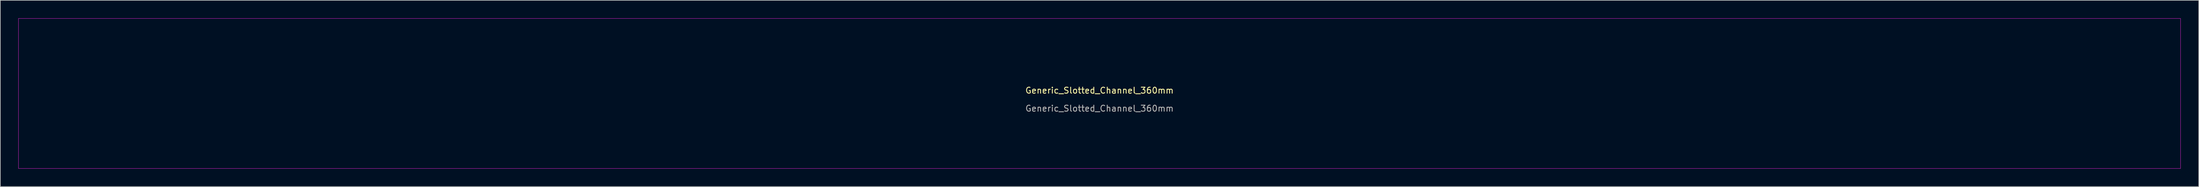
<source format=kicad_pcb>
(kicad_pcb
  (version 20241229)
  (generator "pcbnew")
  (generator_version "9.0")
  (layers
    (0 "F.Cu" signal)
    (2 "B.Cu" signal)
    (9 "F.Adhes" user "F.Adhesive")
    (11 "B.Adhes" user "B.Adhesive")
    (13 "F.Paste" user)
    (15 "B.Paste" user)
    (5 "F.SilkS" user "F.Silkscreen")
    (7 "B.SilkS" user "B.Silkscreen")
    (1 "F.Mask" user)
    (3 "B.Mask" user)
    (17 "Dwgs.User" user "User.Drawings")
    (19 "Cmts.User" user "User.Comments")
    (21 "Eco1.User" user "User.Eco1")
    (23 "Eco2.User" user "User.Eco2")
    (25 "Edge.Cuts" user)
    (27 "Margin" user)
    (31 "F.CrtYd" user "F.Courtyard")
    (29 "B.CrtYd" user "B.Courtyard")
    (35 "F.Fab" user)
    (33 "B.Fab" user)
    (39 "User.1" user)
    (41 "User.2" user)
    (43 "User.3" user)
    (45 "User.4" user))
  (footprint "Generic_Slotted_Channel_360mm"
    (layer "F.Cu")
    (at 180.025 12.525)
    (property "Reference" "Generic_Slotted_Channel_360mm" (at 0 -0.5 0) (unlocked yes) (layer "F.SilkS") (effects (font (size 1 1) (thickness 0.15))))
    (fp_rect (start -180 12.5) (end 180 -12.5) (stroke (width 0.05) (type solid)) (fill no) (layer "F.CrtYd"))
    (fp_line (start -180 -12.5) (end -180 -10.5) (stroke (width 0.05) (type solid)) (layer "User.1"))
    (fp_line (start -180 -12.5) (end -172 -12.5) (stroke (width 0.05) (type solid)) (layer "User.1"))
    (fp_line (start -180 -10.5) (end -180 10.5) (stroke (width 0.05) (type solid)) (layer "User.1"))
    (fp_line (start -180 -10.5) (end -172 -10.5) (stroke (width 0.05) (type solid)) (layer "User.1"))
    (fp_line (start -180 10.5) (end -180 12.5) (stroke (width 0.05) (type solid)) (layer "User.1"))
    (fp_line (start -180 10.5) (end -172 10.5) (stroke (width 0.05) (type solid)) (layer "User.1"))
    (fp_line (start -180 12.5) (end -172 12.5) (stroke (width 0.05) (type solid)) (layer "User.1"))
    (fp_line (start -172 -12.5) (end -172 -10.5) (stroke (width 0.05) (type solid)) (layer "User.1"))
    (fp_line (start -172 10.5) (end -172 12.5) (stroke (width 0.05) (type solid)) (layer "User.1"))
    (fp_line (start -171.5 -12.5) (end -172 -12.5) (stroke (width 0.05) (type solid)) (layer "User.1"))
    (fp_line (start -171.5 -10.5) (end -172 -10.5) (stroke (width 0.05) (type solid)) (layer "User.1"))
    (fp_line (start -171.5 10.5) (end -172 10.5) (stroke (width 0.05) (type solid)) (layer "User.1"))
    (fp_line (start -171.5 12.5) (end -172 12.5) (stroke (width 0.05) (type solid)) (layer "User.1"))
    (fp_line (start -171 -12.5) (end -171.5 -12.5) (stroke (width 0.05) (type solid)) (layer "User.1"))
    (fp_line (start -171 -10.5) (end -171.5 -10.5) (stroke (width 0.05) (type solid)) (layer "User.1"))
    (fp_line (start -171 10.5) (end -171.5 10.5) (stroke (width 0.05) (type solid)) (layer "User.1"))
    (fp_line (start -171 12.5) (end -171.5 12.5) (stroke (width 0.05) (type solid)) (layer "User.1"))
    (fp_line (start -170.5 -12.5) (end -171 -12.5) (stroke (width 0.05) (type solid)) (layer "User.1"))
    (fp_line (start -170.5 -10.5) (end -171 -10.5) (stroke (width 0.05) (type solid)) (layer "User.1"))
    (fp_line (start -170.5 10.5) (end -171 10.5) (stroke (width 0.05) (type solid)) (layer "User.1"))
    (fp_line (start -170.5 12.5) (end -171 12.5) (stroke (width 0.05) (type solid)) (layer "User.1"))
    (fp_line (start -170 -12.5) (end -170.5 -12.5) (stroke (width 0.05) (type solid)) (layer "User.1"))
    (fp_line (start -170 -12.5) (end -170 -10.5) (stroke (width 0.05) (type solid)) (layer "User.1"))
    (fp_line (start -170 -12.5) (end -154 -12.5) (stroke (width 0.05) (type solid)) (layer "User.1"))
    (fp_line (start -170 -10.5) (end -170.5 -10.5) (stroke (width 0.05) (type solid)) (layer "User.1"))
    (fp_line (start -170 -10.5) (end -154 -10.5) (stroke (width 0.05) (type solid)) (layer "User.1"))
    (fp_line (start -170 10.5) (end -170.5 10.5) (stroke (width 0.05) (type solid)) (layer "User.1"))
    (fp_line (start -170 10.5) (end -170 12.5) (stroke (width 0.05) (type solid)) (layer "User.1"))
    (fp_line (start -170 10.5) (end -154 10.5) (stroke (width 0.05) (type solid)) (layer "User.1"))
    (fp_line (start -170 12.5) (end -170.5 12.5) (stroke (width 0.05) (type solid)) (layer "User.1"))
    (fp_line (start -170 12.5) (end -154 12.5) (stroke (width 0.05) (type solid)) (layer "User.1"))
    (fp_line (start -154 -12.5) (end -154 -10.5) (stroke (width 0.05) (type solid)) (layer "User.1"))
    (fp_line (start -154 10.5) (end -154 12.5) (stroke (width 0.05) (type solid)) (layer "User.1"))
    (fp_line (start -153.5 -12.5) (end -154 -12.5) (stroke (width 0.05) (type solid)) (layer "User.1"))
    (fp_line (start -153.5 -10.5) (end -154 -10.5) (stroke (width 0.05) (type solid)) (layer "User.1"))
    (fp_line (start -153.5 10.5) (end -154 10.5) (stroke (width 0.05) (type solid)) (layer "User.1"))
    (fp_line (start -153.5 12.5) (end -154 12.5) (stroke (width 0.05) (type solid)) (layer "User.1"))
    (fp_line (start -153 -12.5) (end -153.5 -12.5) (stroke (width 0.05) (type solid)) (layer "User.1"))
    (fp_line (start -153 -10.5) (end -153.5 -10.5) (stroke (width 0.05) (type solid)) (layer "User.1"))
    (fp_line (start -153 10.5) (end -153.5 10.5) (stroke (width 0.05) (type solid)) (layer "User.1"))
    (fp_line (start -153 12.5) (end -153.5 12.5) (stroke (width 0.05) (type solid)) (layer "User.1"))
    (fp_line (start -152.5 -12.5) (end -153 -12.5) (stroke (width 0.05) (type solid)) (layer "User.1"))
    (fp_line (start -152.5 -10.5) (end -153 -10.5) (stroke (width 0.05) (type solid)) (layer "User.1"))
    (fp_line (start -152.5 10.5) (end -153 10.5) (stroke (width 0.05) (type solid)) (layer "User.1"))
    (fp_line (start -152.5 12.5) (end -153 12.5) (stroke (width 0.05) (type solid)) (layer "User.1"))
    (fp_line (start -152 -12.5) (end -152.5 -12.5) (stroke (width 0.05) (type solid)) (layer "User.1"))
    (fp_line (start -152 -12.5) (end -152 -10.5) (stroke (width 0.05) (type solid)) (layer "User.1"))
    (fp_line (start -152 -12.5) (end -136 -12.5) (stroke (width 0.05) (type solid)) (layer "User.1"))
    (fp_line (start -152 -10.5) (end -152.5 -10.5) (stroke (width 0.05) (type solid)) (layer "User.1"))
    (fp_line (start -152 -10.5) (end -136 -10.5) (stroke (width 0.05) (type solid)) (layer "User.1"))
    (fp_line (start -152 10.5) (end -152.5 10.5) (stroke (width 0.05) (type solid)) (layer "User.1"))
    (fp_line (start -152 10.5) (end -152 12.5) (stroke (width 0.05) (type solid)) (layer "User.1"))
    (fp_line (start -152 10.5) (end -136 10.5) (stroke (width 0.05) (type solid)) (layer "User.1"))
    (fp_line (start -152 12.5) (end -152.5 12.5) (stroke (width 0.05) (type solid)) (layer "User.1"))
    (fp_line (start -152 12.5) (end -136 12.5) (stroke (width 0.05) (type solid)) (layer "User.1"))
    (fp_line (start -136 -12.5) (end -136 -10.5) (stroke (width 0.05) (type solid)) (layer "User.1"))
    (fp_line (start -136 10.5) (end -136 12.5) (stroke (width 0.05) (type solid)) (layer "User.1"))
    (fp_line (start -135.5 -12.5) (end -136 -12.5) (stroke (width 0.05) (type solid)) (layer "User.1"))
    (fp_line (start -135.5 -10.5) (end -136 -10.5) (stroke (width 0.05) (type solid)) (layer "User.1"))
    (fp_line (start -135.5 10.5) (end -136 10.5) (stroke (width 0.05) (type solid)) (layer "User.1"))
    (fp_line (start -135.5 12.5) (end -136 12.5) (stroke (width 0.05) (type solid)) (layer "User.1"))
    (fp_line (start -135 -12.5) (end -135.5 -12.5) (stroke (width 0.05) (type solid)) (layer "User.1"))
    (fp_line (start -135 -10.5) (end -135.5 -10.5) (stroke (width 0.05) (type solid)) (layer "User.1"))
    (fp_line (start -135 10.5) (end -135.5 10.5) (stroke (width 0.05) (type solid)) (layer "User.1"))
    (fp_line (start -135 12.5) (end -135.5 12.5) (stroke (width 0.05) (type solid)) (layer "User.1"))
    (fp_line (start -134.5 -12.5) (end -135 -12.5) (stroke (width 0.05) (type solid)) (layer "User.1"))
    (fp_line (start -134.5 -10.5) (end -135 -10.5) (stroke (width 0.05) (type solid)) (layer "User.1"))
    (fp_line (start -134.5 10.5) (end -135 10.5) (stroke (width 0.05) (type solid)) (layer "User.1"))
    (fp_line (start -134.5 12.5) (end -135 12.5) (stroke (width 0.05) (type solid)) (layer "User.1"))
    (fp_line (start -134 -12.5) (end -134.5 -12.5) (stroke (width 0.05) (type solid)) (layer "User.1"))
    (fp_line (start -134 -12.5) (end -134 -10.5) (stroke (width 0.05) (type solid)) (layer "User.1"))
    (fp_line (start -134 -12.5) (end -118 -12.5) (stroke (width 0.05) (type solid)) (layer "User.1"))
    (fp_line (start -134 -10.5) (end -134.5 -10.5) (stroke (width 0.05) (type solid)) (layer "User.1"))
    (fp_line (start -134 -10.5) (end -118 -10.5) (stroke (width 0.05) (type solid)) (layer "User.1"))
    (fp_line (start -134 10.5) (end -134.5 10.5) (stroke (width 0.05) (type solid)) (layer "User.1"))
    (fp_line (start -134 10.5) (end -134 12.5) (stroke (width 0.05) (type solid)) (layer "User.1"))
    (fp_line (start -134 10.5) (end -118 10.5) (stroke (width 0.05) (type solid)) (layer "User.1"))
    (fp_line (start -134 12.5) (end -134.5 12.5) (stroke (width 0.05) (type solid)) (layer "User.1"))
    (fp_line (start -134 12.5) (end -118 12.5) (stroke (width 0.05) (type solid)) (layer "User.1"))
    (fp_line (start -118 -12.5) (end -118 -10.5) (stroke (width 0.05) (type solid)) (layer "User.1"))
    (fp_line (start -118 10.5) (end -118 12.5) (stroke (width 0.05) (type solid)) (layer "User.1"))
    (fp_line (start -117.5 -12.5) (end -118 -12.5) (stroke (width 0.05) (type solid)) (layer "User.1"))
    (fp_line (start -117.5 -10.5) (end -118 -10.5) (stroke (width 0.05) (type solid)) (layer "User.1"))
    (fp_line (start -117.5 10.5) (end -118 10.5) (stroke (width 0.05) (type solid)) (layer "User.1"))
    (fp_line (start -117.5 12.5) (end -118 12.5) (stroke (width 0.05) (type solid)) (layer "User.1"))
    (fp_line (start -117 -12.5) (end -117.5 -12.5) (stroke (width 0.05) (type solid)) (layer "User.1"))
    (fp_line (start -117 -10.5) (end -117.5 -10.5) (stroke (width 0.05) (type solid)) (layer "User.1"))
    (fp_line (start -117 10.5) (end -117.5 10.5) (stroke (width 0.05) (type solid)) (layer "User.1"))
    (fp_line (start -117 12.5) (end -117.5 12.5) (stroke (width 0.05) (type solid)) (layer "User.1"))
    (fp_line (start -116.5 -12.5) (end -117 -12.5) (stroke (width 0.05) (type solid)) (layer "User.1"))
    (fp_line (start -116.5 -10.5) (end -117 -10.5) (stroke (width 0.05) (type solid)) (layer "User.1"))
    (fp_line (start -116.5 10.5) (end -117 10.5) (stroke (width 0.05) (type solid)) (layer "User.1"))
    (fp_line (start -116.5 12.5) (end -117 12.5) (stroke (width 0.05) (type solid)) (layer "User.1"))
    (fp_line (start -116 -12.5) (end -116.5 -12.5) (stroke (width 0.05) (type solid)) (layer "User.1"))
    (fp_line (start -116 -12.5) (end -116 -10.5) (stroke (width 0.05) (type solid)) (layer "User.1"))
    (fp_line (start -116 -12.5) (end -100 -12.5) (stroke (width 0.05) (type solid)) (layer "User.1"))
    (fp_line (start -116 -10.5) (end -116.5 -10.5) (stroke (width 0.05) (type solid)) (layer "User.1"))
    (fp_line (start -116 -10.5) (end -100 -10.5) (stroke (width 0.05) (type solid)) (layer "User.1"))
    (fp_line (start -116 10.5) (end -116.5 10.5) (stroke (width 0.05) (type solid)) (layer "User.1"))
    (fp_line (start -116 10.5) (end -116 12.5) (stroke (width 0.05) (type solid)) (layer "User.1"))
    (fp_line (start -116 10.5) (end -100 10.5) (stroke (width 0.05) (type solid)) (layer "User.1"))
    (fp_line (start -116 12.5) (end -116.5 12.5) (stroke (width 0.05) (type solid)) (layer "User.1"))
    (fp_line (start -116 12.5) (end -100 12.5) (stroke (width 0.05) (type solid)) (layer "User.1"))
    (fp_line (start -100 -12.5) (end -100 -10.5) (stroke (width 0.05) (type solid)) (layer "User.1"))
    (fp_line (start -100 10.5) (end -100 12.5) (stroke (width 0.05) (type solid)) (layer "User.1"))
    (fp_line (start -99.5 -12.5) (end -100 -12.5) (stroke (width 0.05) (type solid)) (layer "User.1"))
    (fp_line (start -99.5 -10.5) (end -100 -10.5) (stroke (width 0.05) (type solid)) (layer "User.1"))
    (fp_line (start -99.5 10.5) (end -100 10.5) (stroke (width 0.05) (type solid)) (layer "User.1"))
    (fp_line (start -99.5 12.5) (end -100 12.5) (stroke (width 0.05) (type solid)) (layer "User.1"))
    (fp_line (start -99 -12.5) (end -99.5 -12.5) (stroke (width 0.05) (type solid)) (layer "User.1"))
    (fp_line (start -99 -10.5) (end -99.5 -10.5) (stroke (width 0.05) (type solid)) (layer "User.1"))
    (fp_line (start -99 10.5) (end -99.5 10.5) (stroke (width 0.05) (type solid)) (layer "User.1"))
    (fp_line (start -99 12.5) (end -99.5 12.5) (stroke (width 0.05) (type solid)) (layer "User.1"))
    (fp_line (start -98.5 -12.5) (end -99 -12.5) (stroke (width 0.05) (type solid)) (layer "User.1"))
    (fp_line (start -98.5 -10.5) (end -99 -10.5) (stroke (width 0.05) (type solid)) (layer "User.1"))
    (fp_line (start -98.5 10.5) (end -99 10.5) (stroke (width 0.05) (type solid)) (layer "User.1"))
    (fp_line (start -98.5 12.5) (end -99 12.5) (stroke (width 0.05) (type solid)) (layer "User.1"))
    (fp_line (start -98 -12.5) (end -98.5 -12.5) (stroke (width 0.05) (type solid)) (layer "User.1"))
    (fp_line (start -98 -12.5) (end -98 -10.5) (stroke (width 0.05) (type solid)) (layer "User.1"))
    (fp_line (start -98 -12.5) (end -82 -12.5) (stroke (width 0.05) (type solid)) (layer "User.1"))
    (fp_line (start -98 -10.5) (end -98.5 -10.5) (stroke (width 0.05) (type solid)) (layer "User.1"))
    (fp_line (start -98 -10.5) (end -82 -10.5) (stroke (width 0.05) (type solid)) (layer "User.1"))
    (fp_line (start -98 10.5) (end -98.5 10.5) (stroke (width 0.05) (type solid)) (layer "User.1"))
    (fp_line (start -98 10.5) (end -98 12.5) (stroke (width 0.05) (type solid)) (layer "User.1"))
    (fp_line (start -98 10.5) (end -82 10.5) (stroke (width 0.05) (type solid)) (layer "User.1"))
    (fp_line (start -98 12.5) (end -98.5 12.5) (stroke (width 0.05) (type solid)) (layer "User.1"))
    (fp_line (start -98 12.5) (end -82 12.5) (stroke (width 0.05) (type solid)) (layer "User.1"))
    (fp_line (start -82 -12.5) (end -82 -10.5) (stroke (width 0.05) (type solid)) (layer "User.1"))
    (fp_line (start -82 10.5) (end -82 12.5) (stroke (width 0.05) (type solid)) (layer "User.1"))
    (fp_line (start -81.5 -12.5) (end -82 -12.5) (stroke (width 0.05) (type solid)) (layer "User.1"))
    (fp_line (start -81.5 -10.5) (end -82 -10.5) (stroke (width 0.05) (type solid)) (layer "User.1"))
    (fp_line (start -81.5 10.5) (end -82 10.5) (stroke (width 0.05) (type solid)) (layer "User.1"))
    (fp_line (start -81.5 12.5) (end -82 12.5) (stroke (width 0.05) (type solid)) (layer "User.1"))
    (fp_line (start -81 -12.5) (end -81.5 -12.5) (stroke (width 0.05) (type solid)) (layer "User.1"))
    (fp_line (start -81 -10.5) (end -81.5 -10.5) (stroke (width 0.05) (type solid)) (layer "User.1"))
    (fp_line (start -81 10.5) (end -81.5 10.5) (stroke (width 0.05) (type solid)) (layer "User.1"))
    (fp_line (start -81 12.5) (end -81.5 12.5) (stroke (width 0.05) (type solid)) (layer "User.1"))
    (fp_line (start -80.5 -12.5) (end -81 -12.5) (stroke (width 0.05) (type solid)) (layer "User.1"))
    (fp_line (start -80.5 -10.5) (end -81 -10.5) (stroke (width 0.05) (type solid)) (layer "User.1"))
    (fp_line (start -80.5 10.5) (end -81 10.5) (stroke (width 0.05) (type solid)) (layer "User.1"))
    (fp_line (start -80.5 12.5) (end -81 12.5) (stroke (width 0.05) (type solid)) (layer "User.1"))
    (fp_line (start -80 -12.5) (end -80.5 -12.5) (stroke (width 0.05) (type solid)) (layer "User.1"))
    (fp_line (start -80 -12.5) (end -80 -10.5) (stroke (width 0.05) (type solid)) (layer "User.1"))
    (fp_line (start -80 -12.5) (end -64 -12.5) (stroke (width 0.05) (type solid)) (layer "User.1"))
    (fp_line (start -80 -10.5) (end -80.5 -10.5) (stroke (width 0.05) (type solid)) (layer "User.1"))
    (fp_line (start -80 -10.5) (end -64 -10.5) (stroke (width 0.05) (type solid)) (layer "User.1"))
    (fp_line (start -80 10.5) (end -80.5 10.5) (stroke (width 0.05) (type solid)) (layer "User.1"))
    (fp_line (start -80 10.5) (end -80 12.5) (stroke (width 0.05) (type solid)) (layer "User.1"))
    (fp_line (start -80 10.5) (end -64 10.5) (stroke (width 0.05) (type solid)) (layer "User.1"))
    (fp_line (start -80 12.5) (end -80.5 12.5) (stroke (width 0.05) (type solid)) (layer "User.1"))
    (fp_line (start -80 12.5) (end -64 12.5) (stroke (width 0.05) (type solid)) (layer "User.1"))
    (fp_line (start -64 -12.5) (end -64 -10.5) (stroke (width 0.05) (type solid)) (layer "User.1"))
    (fp_line (start -64 10.5) (end -64 12.5) (stroke (width 0.05) (type solid)) (layer "User.1"))
    (fp_line (start -63.5 -12.5) (end -64 -12.5) (stroke (width 0.05) (type solid)) (layer "User.1"))
    (fp_line (start -63.5 -10.5) (end -64 -10.5) (stroke (width 0.05) (type solid)) (layer "User.1"))
    (fp_line (start -63.5 10.5) (end -64 10.5) (stroke (width 0.05) (type solid)) (layer "User.1"))
    (fp_line (start -63.5 12.5) (end -64 12.5) (stroke (width 0.05) (type solid)) (layer "User.1"))
    (fp_line (start -63 -12.5) (end -63.5 -12.5) (stroke (width 0.05) (type solid)) (layer "User.1"))
    (fp_line (start -63 -10.5) (end -63.5 -10.5) (stroke (width 0.05) (type solid)) (layer "User.1"))
    (fp_line (start -63 10.5) (end -63.5 10.5) (stroke (width 0.05) (type solid)) (layer "User.1"))
    (fp_line (start -63 12.5) (end -63.5 12.5) (stroke (width 0.05) (type solid)) (layer "User.1"))
    (fp_line (start -62.5 -12.5) (end -63 -12.5) (stroke (width 0.05) (type solid)) (layer "User.1"))
    (fp_line (start -62.5 -10.5) (end -63 -10.5) (stroke (width 0.05) (type solid)) (layer "User.1"))
    (fp_line (start -62.5 10.5) (end -63 10.5) (stroke (width 0.05) (type solid)) (layer "User.1"))
    (fp_line (start -62.5 12.5) (end -63 12.5) (stroke (width 0.05) (type solid)) (layer "User.1"))
    (fp_line (start -62 -12.5) (end -62.5 -12.5) (stroke (width 0.05) (type solid)) (layer "User.1"))
    (fp_line (start -62 -12.5) (end -62 -10.5) (stroke (width 0.05) (type solid)) (layer "User.1"))
    (fp_line (start -62 -12.5) (end -46 -12.5) (stroke (width 0.05) (type solid)) (layer "User.1"))
    (fp_line (start -62 -10.5) (end -62.5 -10.5) (stroke (width 0.05) (type solid)) (layer "User.1"))
    (fp_line (start -62 -10.5) (end -46 -10.5) (stroke (width 0.05) (type solid)) (layer "User.1"))
    (fp_line (start -62 10.5) (end -62.5 10.5) (stroke (width 0.05) (type solid)) (layer "User.1"))
    (fp_line (start -62 10.5) (end -62 12.5) (stroke (width 0.05) (type solid)) (layer "User.1"))
    (fp_line (start -62 10.5) (end -46 10.5) (stroke (width 0.05) (type solid)) (layer "User.1"))
    (fp_line (start -62 12.5) (end -62.5 12.5) (stroke (width 0.05) (type solid)) (layer "User.1"))
    (fp_line (start -62 12.5) (end -46 12.5) (stroke (width 0.05) (type solid)) (layer "User.1"))
    (fp_line (start -46 -12.5) (end -46 -10.5) (stroke (width 0.05) (type solid)) (layer "User.1"))
    (fp_line (start -46 10.5) (end -46 12.5) (stroke (width 0.05) (type solid)) (layer "User.1"))
    (fp_line (start -45.5 -12.5) (end -46 -12.5) (stroke (width 0.05) (type solid)) (layer "User.1"))
    (fp_line (start -45.5 -10.5) (end -46 -10.5) (stroke (width 0.05) (type solid)) (layer "User.1"))
    (fp_line (start -45.5 10.5) (end -46 10.5) (stroke (width 0.05) (type solid)) (layer "User.1"))
    (fp_line (start -45.5 12.5) (end -46 12.5) (stroke (width 0.05) (type solid)) (layer "User.1"))
    (fp_line (start -45 -12.5) (end -45.5 -12.5) (stroke (width 0.05) (type solid)) (layer "User.1"))
    (fp_line (start -45 -10.5) (end -45.5 -10.5) (stroke (width 0.05) (type solid)) (layer "User.1"))
    (fp_line (start -45 10.5) (end -45.5 10.5) (stroke (width 0.05) (type solid)) (layer "User.1"))
    (fp_line (start -45 12.5) (end -45.5 12.5) (stroke (width 0.05) (type solid)) (layer "User.1"))
    (fp_line (start -44.5 -12.5) (end -45 -12.5) (stroke (width 0.05) (type solid)) (layer "User.1"))
    (fp_line (start -44.5 -10.5) (end -45 -10.5) (stroke (width 0.05) (type solid)) (layer "User.1"))
    (fp_line (start -44.5 10.5) (end -45 10.5) (stroke (width 0.05) (type solid)) (layer "User.1"))
    (fp_line (start -44.5 12.5) (end -45 12.5) (stroke (width 0.05) (type solid)) (layer "User.1"))
    (fp_line (start -44 -12.5) (end -44.5 -12.5) (stroke (width 0.05) (type solid)) (layer "User.1"))
    (fp_line (start -44 -12.5) (end -44 -10.5) (stroke (width 0.05) (type solid)) (layer "User.1"))
    (fp_line (start -44 -12.5) (end -28 -12.5) (stroke (width 0.05) (type solid)) (layer "User.1"))
    (fp_line (start -44 -10.5) (end -44.5 -10.5) (stroke (width 0.05) (type solid)) (layer "User.1"))
    (fp_line (start -44 -10.5) (end -28 -10.5) (stroke (width 0.05) (type solid)) (layer "User.1"))
    (fp_line (start -44 10.5) (end -44.5 10.5) (stroke (width 0.05) (type solid)) (layer "User.1"))
    (fp_line (start -44 10.5) (end -44 12.5) (stroke (width 0.05) (type solid)) (layer "User.1"))
    (fp_line (start -44 10.5) (end -28 10.5) (stroke (width 0.05) (type solid)) (layer "User.1"))
    (fp_line (start -44 12.5) (end -44.5 12.5) (stroke (width 0.05) (type solid)) (layer "User.1"))
    (fp_line (start -44 12.5) (end -28 12.5) (stroke (width 0.05) (type solid)) (layer "User.1"))
    (fp_line (start -28 -12.5) (end -28 -10.5) (stroke (width 0.05) (type solid)) (layer "User.1"))
    (fp_line (start -28 10.5) (end -28 12.5) (stroke (width 0.05) (type solid)) (layer "User.1"))
    (fp_line (start -27.5 -12.5) (end -28 -12.5) (stroke (width 0.05) (type solid)) (layer "User.1"))
    (fp_line (start -27.5 -10.5) (end -28 -10.5) (stroke (width 0.05) (type solid)) (layer "User.1"))
    (fp_line (start -27.5 10.5) (end -28 10.5) (stroke (width 0.05) (type solid)) (layer "User.1"))
    (fp_line (start -27.5 12.5) (end -28 12.5) (stroke (width 0.05) (type solid)) (layer "User.1"))
    (fp_line (start -27 -12.5) (end -27.5 -12.5) (stroke (width 0.05) (type solid)) (layer "User.1"))
    (fp_line (start -27 -10.5) (end -27.5 -10.5) (stroke (width 0.05) (type solid)) (layer "User.1"))
    (fp_line (start -27 10.5) (end -27.5 10.5) (stroke (width 0.05) (type solid)) (layer "User.1"))
    (fp_line (start -27 12.5) (end -27.5 12.5) (stroke (width 0.05) (type solid)) (layer "User.1"))
    (fp_line (start -26.5 -12.5) (end -27 -12.5) (stroke (width 0.05) (type solid)) (layer "User.1"))
    (fp_line (start -26.5 -10.5) (end -27 -10.5) (stroke (width 0.05) (type solid)) (layer "User.1"))
    (fp_line (start -26.5 10.5) (end -27 10.5) (stroke (width 0.05) (type solid)) (layer "User.1"))
    (fp_line (start -26.5 12.5) (end -27 12.5) (stroke (width 0.05) (type solid)) (layer "User.1"))
    (fp_line (start -26 -12.5) (end -26.5 -12.5) (stroke (width 0.05) (type solid)) (layer "User.1"))
    (fp_line (start -26 -12.5) (end -26 -10.5) (stroke (width 0.05) (type solid)) (layer "User.1"))
    (fp_line (start -26 -12.5) (end -10 -12.5) (stroke (width 0.05) (type solid)) (layer "User.1"))
    (fp_line (start -26 -10.5) (end -26.5 -10.5) (stroke (width 0.05) (type solid)) (layer "User.1"))
    (fp_line (start -26 -10.5) (end -10 -10.5) (stroke (width 0.05) (type solid)) (layer "User.1"))
    (fp_line (start -26 10.5) (end -26.5 10.5) (stroke (width 0.05) (type solid)) (layer "User.1"))
    (fp_line (start -26 10.5) (end -26 12.5) (stroke (width 0.05) (type solid)) (layer "User.1"))
    (fp_line (start -26 10.5) (end -10 10.5) (stroke (width 0.05) (type solid)) (layer "User.1"))
    (fp_line (start -26 12.5) (end -26.5 12.5) (stroke (width 0.05) (type solid)) (layer "User.1"))
    (fp_line (start -26 12.5) (end -10 12.5) (stroke (width 0.05) (type solid)) (layer "User.1"))
    (fp_line (start -10 -12.5) (end -10 -10.5) (stroke (width 0.05) (type solid)) (layer "User.1"))
    (fp_line (start -10 10.5) (end -10 12.5) (stroke (width 0.05) (type solid)) (layer "User.1"))
    (fp_line (start -9.5 -12.5) (end -10 -12.5) (stroke (width 0.05) (type solid)) (layer "User.1"))
    (fp_line (start -9.5 -10.5) (end -10 -10.5) (stroke (width 0.05) (type solid)) (layer "User.1"))
    (fp_line (start -9.5 10.5) (end -10 10.5) (stroke (width 0.05) (type solid)) (layer "User.1"))
    (fp_line (start -9.5 12.5) (end -10 12.5) (stroke (width 0.05) (type solid)) (layer "User.1"))
    (fp_line (start -9 -12.5) (end -9.5 -12.5) (stroke (width 0.05) (type solid)) (layer "User.1"))
    (fp_line (start -9 -10.5) (end -9.5 -10.5) (stroke (width 0.05) (type solid)) (layer "User.1"))
    (fp_line (start -9 10.5) (end -9.5 10.5) (stroke (width 0.05) (type solid)) (layer "User.1"))
    (fp_line (start -9 12.5) (end -9.5 12.5) (stroke (width 0.05) (type solid)) (layer "User.1"))
    (fp_line (start -8.5 -12.5) (end -9 -12.5) (stroke (width 0.05) (type solid)) (layer "User.1"))
    (fp_line (start -8.5 -10.5) (end -9 -10.5) (stroke (width 0.05) (type solid)) (layer "User.1"))
    (fp_line (start -8.5 10.5) (end -9 10.5) (stroke (width 0.05) (type solid)) (layer "User.1"))
    (fp_line (start -8.5 12.5) (end -9 12.5) (stroke (width 0.05) (type solid)) (layer "User.1"))
    (fp_line (start -8 -12.5) (end -8.5 -12.5) (stroke (width 0.05) (type solid)) (layer "User.1"))
    (fp_line (start -8 -12.5) (end -8 -10.5) (stroke (width 0.05) (type solid)) (layer "User.1"))
    (fp_line (start -8 -12.5) (end 8 -12.5) (stroke (width 0.05) (type solid)) (layer "User.1"))
    (fp_line (start -8 -10.5) (end -8.5 -10.5) (stroke (width 0.05) (type solid)) (layer "User.1"))
    (fp_line (start -8 -10.5) (end 8 -10.5) (stroke (width 0.05) (type solid)) (layer "User.1"))
    (fp_line (start -8 10.5) (end -8.5 10.5) (stroke (width 0.05) (type solid)) (layer "User.1"))
    (fp_line (start -8 10.5) (end -8 12.5) (stroke (width 0.05) (type solid)) (layer "User.1"))
    (fp_line (start -8 10.5) (end 8 10.5) (stroke (width 0.05) (type solid)) (layer "User.1"))
    (fp_line (start -8 12.5) (end -8.5 12.5) (stroke (width 0.05) (type solid)) (layer "User.1"))
    (fp_line (start -8 12.5) (end 8 12.5) (stroke (width 0.05) (type solid)) (layer "User.1"))
    (fp_line (start 8 -12.5) (end 8 -10.5) (stroke (width 0.05) (type solid)) (layer "User.1"))
    (fp_line (start 8 10.5) (end 8 12.5) (stroke (width 0.05) (type solid)) (layer "User.1"))
    (fp_line (start 8.5 -12.5) (end 8 -12.5) (stroke (width 0.05) (type solid)) (layer "User.1"))
    (fp_line (start 8.5 -10.5) (end 8 -10.5) (stroke (width 0.05) (type solid)) (layer "User.1"))
    (fp_line (start 8.5 10.5) (end 8 10.5) (stroke (width 0.05) (type solid)) (layer "User.1"))
    (fp_line (start 8.5 12.5) (end 8 12.5) (stroke (width 0.05) (type solid)) (layer "User.1"))
    (fp_line (start 9 -12.5) (end 8.5 -12.5) (stroke (width 0.05) (type solid)) (layer "User.1"))
    (fp_line (start 9 -10.5) (end 8.5 -10.5) (stroke (width 0.05) (type solid)) (layer "User.1"))
    (fp_line (start 9 10.5) (end 8.5 10.5) (stroke (width 0.05) (type solid)) (layer "User.1"))
    (fp_line (start 9 12.5) (end 8.5 12.5) (stroke (width 0.05) (type solid)) (layer "User.1"))
    (fp_line (start 9.5 -12.5) (end 9 -12.5) (stroke (width 0.05) (type solid)) (layer "User.1"))
    (fp_line (start 9.5 -10.5) (end 9 -10.5) (stroke (width 0.05) (type solid)) (layer "User.1"))
    (fp_line (start 9.5 10.5) (end 9 10.5) (stroke (width 0.05) (type solid)) (layer "User.1"))
    (fp_line (start 9.5 12.5) (end 9 12.5) (stroke (width 0.05) (type solid)) (layer "User.1"))
    (fp_line (start 10 -12.5) (end 9.5 -12.5) (stroke (width 0.05) (type solid)) (layer "User.1"))
    (fp_line (start 10 -12.5) (end 10 -10.5) (stroke (width 0.05) (type solid)) (layer "User.1"))
    (fp_line (start 10 -12.5) (end 26 -12.5) (stroke (width 0.05) (type solid)) (layer "User.1"))
    (fp_line (start 10 -10.5) (end 9.5 -10.5) (stroke (width 0.05) (type solid)) (layer "User.1"))
    (fp_line (start 10 -10.5) (end 26 -10.5) (stroke (width 0.05) (type solid)) (layer "User.1"))
    (fp_line (start 10 10.5) (end 9.5 10.5) (stroke (width 0.05) (type solid)) (layer "User.1"))
    (fp_line (start 10 10.5) (end 10 12.5) (stroke (width 0.05) (type solid)) (layer "User.1"))
    (fp_line (start 10 10.5) (end 26 10.5) (stroke (width 0.05) (type solid)) (layer "User.1"))
    (fp_line (start 10 12.5) (end 9.5 12.5) (stroke (width 0.05) (type solid)) (layer "User.1"))
    (fp_line (start 10 12.5) (end 26 12.5) (stroke (width 0.05) (type solid)) (layer "User.1"))
    (fp_line (start 26 -12.5) (end 26 -10.5) (stroke (width 0.05) (type solid)) (layer "User.1"))
    (fp_line (start 26 10.5) (end 26 12.5) (stroke (width 0.05) (type solid)) (layer "User.1"))
    (fp_line (start 26.5 -12.5) (end 26 -12.5) (stroke (width 0.05) (type solid)) (layer "User.1"))
    (fp_line (start 26.5 -10.5) (end 26 -10.5) (stroke (width 0.05) (type solid)) (layer "User.1"))
    (fp_line (start 26.5 10.5) (end 26 10.5) (stroke (width 0.05) (type solid)) (layer "User.1"))
    (fp_line (start 26.5 12.5) (end 26 12.5) (stroke (width 0.05) (type solid)) (layer "User.1"))
    (fp_line (start 27 -12.5) (end 26.5 -12.5) (stroke (width 0.05) (type solid)) (layer "User.1"))
    (fp_line (start 27 -10.5) (end 26.5 -10.5) (stroke (width 0.05) (type solid)) (layer "User.1"))
    (fp_line (start 27 10.5) (end 26.5 10.5) (stroke (width 0.05) (type solid)) (layer "User.1"))
    (fp_line (start 27 12.5) (end 26.5 12.5) (stroke (width 0.05) (type solid)) (layer "User.1"))
    (fp_line (start 27.5 -12.5) (end 27 -12.5) (stroke (width 0.05) (type solid)) (layer "User.1"))
    (fp_line (start 27.5 -10.5) (end 27 -10.5) (stroke (width 0.05) (type solid)) (layer "User.1"))
    (fp_line (start 27.5 10.5) (end 27 10.5) (stroke (width 0.05) (type solid)) (layer "User.1"))
    (fp_line (start 27.5 12.5) (end 27 12.5) (stroke (width 0.05) (type solid)) (layer "User.1"))
    (fp_line (start 28 -12.5) (end 27.5 -12.5) (stroke (width 0.05) (type solid)) (layer "User.1"))
    (fp_line (start 28 -12.5) (end 28 -10.5) (stroke (width 0.05) (type solid)) (layer "User.1"))
    (fp_line (start 28 -12.5) (end 44 -12.5) (stroke (width 0.05) (type solid)) (layer "User.1"))
    (fp_line (start 28 -10.5) (end 27.5 -10.5) (stroke (width 0.05) (type solid)) (layer "User.1"))
    (fp_line (start 28 -10.5) (end 44 -10.5) (stroke (width 0.05) (type solid)) (layer "User.1"))
    (fp_line (start 28 10.5) (end 27.5 10.5) (stroke (width 0.05) (type solid)) (layer "User.1"))
    (fp_line (start 28 10.5) (end 28 12.5) (stroke (width 0.05) (type solid)) (layer "User.1"))
    (fp_line (start 28 10.5) (end 44 10.5) (stroke (width 0.05) (type solid)) (layer "User.1"))
    (fp_line (start 28 12.5) (end 27.5 12.5) (stroke (width 0.05) (type solid)) (layer "User.1"))
    (fp_line (start 28 12.5) (end 44 12.5) (stroke (width 0.05) (type solid)) (layer "User.1"))
    (fp_line (start 44 -12.5) (end 44 -10.5) (stroke (width 0.05) (type solid)) (layer "User.1"))
    (fp_line (start 44 10.5) (end 44 12.5) (stroke (width 0.05) (type solid)) (layer "User.1"))
    (fp_line (start 44.5 -12.5) (end 44 -12.5) (stroke (width 0.05) (type solid)) (layer "User.1"))
    (fp_line (start 44.5 -10.5) (end 44 -10.5) (stroke (width 0.05) (type solid)) (layer "User.1"))
    (fp_line (start 44.5 10.5) (end 44 10.5) (stroke (width 0.05) (type solid)) (layer "User.1"))
    (fp_line (start 44.5 12.5) (end 44 12.5) (stroke (width 0.05) (type solid)) (layer "User.1"))
    (fp_line (start 45 -12.5) (end 44.5 -12.5) (stroke (width 0.05) (type solid)) (layer "User.1"))
    (fp_line (start 45 -10.5) (end 44.5 -10.5) (stroke (width 0.05) (type solid)) (layer "User.1"))
    (fp_line (start 45 10.5) (end 44.5 10.5) (stroke (width 0.05) (type solid)) (layer "User.1"))
    (fp_line (start 45 12.5) (end 44.5 12.5) (stroke (width 0.05) (type solid)) (layer "User.1"))
    (fp_line (start 45.5 -12.5) (end 45 -12.5) (stroke (width 0.05) (type solid)) (layer "User.1"))
    (fp_line (start 45.5 -10.5) (end 45 -10.5) (stroke (width 0.05) (type solid)) (layer "User.1"))
    (fp_line (start 45.5 10.5) (end 45 10.5) (stroke (width 0.05) (type solid)) (layer "User.1"))
    (fp_line (start 45.5 12.5) (end 45 12.5) (stroke (width 0.05) (type solid)) (layer "User.1"))
    (fp_line (start 46 -12.5) (end 45.5 -12.5) (stroke (width 0.05) (type solid)) (layer "User.1"))
    (fp_line (start 46 -12.5) (end 46 -10.5) (stroke (width 0.05) (type solid)) (layer "User.1"))
    (fp_line (start 46 -12.5) (end 62 -12.5) (stroke (width 0.05) (type solid)) (layer "User.1"))
    (fp_line (start 46 -10.5) (end 45.5 -10.5) (stroke (width 0.05) (type solid)) (layer "User.1"))
    (fp_line (start 46 -10.5) (end 62 -10.5) (stroke (width 0.05) (type solid)) (layer "User.1"))
    (fp_line (start 46 10.5) (end 45.5 10.5) (stroke (width 0.05) (type solid)) (layer "User.1"))
    (fp_line (start 46 10.5) (end 46 12.5) (stroke (width 0.05) (type solid)) (layer "User.1"))
    (fp_line (start 46 10.5) (end 62 10.5) (stroke (width 0.05) (type solid)) (layer "User.1"))
    (fp_line (start 46 12.5) (end 45.5 12.5) (stroke (width 0.05) (type solid)) (layer "User.1"))
    (fp_line (start 46 12.5) (end 62 12.5) (stroke (width 0.05) (type solid)) (layer "User.1"))
    (fp_line (start 62 -12.5) (end 62 -10.5) (stroke (width 0.05) (type solid)) (layer "User.1"))
    (fp_line (start 62 10.5) (end 62 12.5) (stroke (width 0.05) (type solid)) (layer "User.1"))
    (fp_line (start 62.5 -12.5) (end 62 -12.5) (stroke (width 0.05) (type solid)) (layer "User.1"))
    (fp_line (start 62.5 -10.5) (end 62 -10.5) (stroke (width 0.05) (type solid)) (layer "User.1"))
    (fp_line (start 62.5 10.5) (end 62 10.5) (stroke (width 0.05) (type solid)) (layer "User.1"))
    (fp_line (start 62.5 12.5) (end 62 12.5) (stroke (width 0.05) (type solid)) (layer "User.1"))
    (fp_line (start 63 -12.5) (end 62.5 -12.5) (stroke (width 0.05) (type solid)) (layer "User.1"))
    (fp_line (start 63 -10.5) (end 62.5 -10.5) (stroke (width 0.05) (type solid)) (layer "User.1"))
    (fp_line (start 63 10.5) (end 62.5 10.5) (stroke (width 0.05) (type solid)) (layer "User.1"))
    (fp_line (start 63 12.5) (end 62.5 12.5) (stroke (width 0.05) (type solid)) (layer "User.1"))
    (fp_line (start 63.5 -12.5) (end 63 -12.5) (stroke (width 0.05) (type solid)) (layer "User.1"))
    (fp_line (start 63.5 -10.5) (end 63 -10.5) (stroke (width 0.05) (type solid)) (layer "User.1"))
    (fp_line (start 63.5 10.5) (end 63 10.5) (stroke (width 0.05) (type solid)) (layer "User.1"))
    (fp_line (start 63.5 12.5) (end 63 12.5) (stroke (width 0.05) (type solid)) (layer "User.1"))
    (fp_line (start 64 -12.5) (end 63.5 -12.5) (stroke (width 0.05) (type solid)) (layer "User.1"))
    (fp_line (start 64 -12.5) (end 64 -10.5) (stroke (width 0.05) (type solid)) (layer "User.1"))
    (fp_line (start 64 -12.5) (end 80 -12.5) (stroke (width 0.05) (type solid)) (layer "User.1"))
    (fp_line (start 64 -10.5) (end 63.5 -10.5) (stroke (width 0.05) (type solid)) (layer "User.1"))
    (fp_line (start 64 -10.5) (end 80 -10.5) (stroke (width 0.05) (type solid)) (layer "User.1"))
    (fp_line (start 64 10.5) (end 63.5 10.5) (stroke (width 0.05) (type solid)) (layer "User.1"))
    (fp_line (start 64 10.5) (end 64 12.5) (stroke (width 0.05) (type solid)) (layer "User.1"))
    (fp_line (start 64 10.5) (end 80 10.5) (stroke (width 0.05) (type solid)) (layer "User.1"))
    (fp_line (start 64 12.5) (end 63.5 12.5) (stroke (width 0.05) (type solid)) (layer "User.1"))
    (fp_line (start 64 12.5) (end 80 12.5) (stroke (width 0.05) (type solid)) (layer "User.1"))
    (fp_line (start 80 -12.5) (end 80 -10.5) (stroke (width 0.05) (type solid)) (layer "User.1"))
    (fp_line (start 80 10.5) (end 80 12.5) (stroke (width 0.05) (type solid)) (layer "User.1"))
    (fp_line (start 80.5 -12.5) (end 80 -12.5) (stroke (width 0.05) (type solid)) (layer "User.1"))
    (fp_line (start 80.5 -10.5) (end 80 -10.5) (stroke (width 0.05) (type solid)) (layer "User.1"))
    (fp_line (start 80.5 10.5) (end 80 10.5) (stroke (width 0.05) (type solid)) (layer "User.1"))
    (fp_line (start 80.5 12.5) (end 80 12.5) (stroke (width 0.05) (type solid)) (layer "User.1"))
    (fp_line (start 81 -12.5) (end 80.5 -12.5) (stroke (width 0.05) (type solid)) (layer "User.1"))
    (fp_line (start 81 -10.5) (end 80.5 -10.5) (stroke (width 0.05) (type solid)) (layer "User.1"))
    (fp_line (start 81 10.5) (end 80.5 10.5) (stroke (width 0.05) (type solid)) (layer "User.1"))
    (fp_line (start 81 12.5) (end 80.5 12.5) (stroke (width 0.05) (type solid)) (layer "User.1"))
    (fp_line (start 81.5 -12.5) (end 81 -12.5) (stroke (width 0.05) (type solid)) (layer "User.1"))
    (fp_line (start 81.5 -10.5) (end 81 -10.5) (stroke (width 0.05) (type solid)) (layer "User.1"))
    (fp_line (start 81.5 10.5) (end 81 10.5) (stroke (width 0.05) (type solid)) (layer "User.1"))
    (fp_line (start 81.5 12.5) (end 81 12.5) (stroke (width 0.05) (type solid)) (layer "User.1"))
    (fp_line (start 82 -12.5) (end 81.5 -12.5) (stroke (width 0.05) (type solid)) (layer "User.1"))
    (fp_line (start 82 -12.5) (end 82 -10.5) (stroke (width 0.05) (type solid)) (layer "User.1"))
    (fp_line (start 82 -12.5) (end 98 -12.5) (stroke (width 0.05) (type solid)) (layer "User.1"))
    (fp_line (start 82 -10.5) (end 81.5 -10.5) (stroke (width 0.05) (type solid)) (layer "User.1"))
    (fp_line (start 82 -10.5) (end 98 -10.5) (stroke (width 0.05) (type solid)) (layer "User.1"))
    (fp_line (start 82 10.5) (end 81.5 10.5) (stroke (width 0.05) (type solid)) (layer "User.1"))
    (fp_line (start 82 10.5) (end 82 12.5) (stroke (width 0.05) (type solid)) (layer "User.1"))
    (fp_line (start 82 10.5) (end 98 10.5) (stroke (width 0.05) (type solid)) (layer "User.1"))
    (fp_line (start 82 12.5) (end 81.5 12.5) (stroke (width 0.05) (type solid)) (layer "User.1"))
    (fp_line (start 82 12.5) (end 98 12.5) (stroke (width 0.05) (type solid)) (layer "User.1"))
    (fp_line (start 98 -12.5) (end 98 -10.5) (stroke (width 0.05) (type solid)) (layer "User.1"))
    (fp_line (start 98 10.5) (end 98 12.5) (stroke (width 0.05) (type solid)) (layer "User.1"))
    (fp_line (start 98.5 -12.5) (end 98 -12.5) (stroke (width 0.05) (type solid)) (layer "User.1"))
    (fp_line (start 98.5 -10.5) (end 98 -10.5) (stroke (width 0.05) (type solid)) (layer "User.1"))
    (fp_line (start 98.5 10.5) (end 98 10.5) (stroke (width 0.05) (type solid)) (layer "User.1"))
    (fp_line (start 98.5 12.5) (end 98 12.5) (stroke (width 0.05) (type solid)) (layer "User.1"))
    (fp_line (start 99 -12.5) (end 98.5 -12.5) (stroke (width 0.05) (type solid)) (layer "User.1"))
    (fp_line (start 99 -10.5) (end 98.5 -10.5) (stroke (width 0.05) (type solid)) (layer "User.1"))
    (fp_line (start 99 10.5) (end 98.5 10.5) (stroke (width 0.05) (type solid)) (layer "User.1"))
    (fp_line (start 99 12.5) (end 98.5 12.5) (stroke (width 0.05) (type solid)) (layer "User.1"))
    (fp_line (start 99.5 -12.5) (end 99 -12.5) (stroke (width 0.05) (type solid)) (layer "User.1"))
    (fp_line (start 99.5 -10.5) (end 99 -10.5) (stroke (width 0.05) (type solid)) (layer "User.1"))
    (fp_line (start 99.5 10.5) (end 99 10.5) (stroke (width 0.05) (type solid)) (layer "User.1"))
    (fp_line (start 99.5 12.5) (end 99 12.5) (stroke (width 0.05) (type solid)) (layer "User.1"))
    (fp_line (start 100 -12.5) (end 99.5 -12.5) (stroke (width 0.05) (type solid)) (layer "User.1"))
    (fp_line (start 100 -12.5) (end 100 -10.5) (stroke (width 0.05) (type solid)) (layer "User.1"))
    (fp_line (start 100 -12.5) (end 116 -12.5) (stroke (width 0.05) (type solid)) (layer "User.1"))
    (fp_line (start 100 -10.5) (end 99.5 -10.5) (stroke (width 0.05) (type solid)) (layer "User.1"))
    (fp_line (start 100 -10.5) (end 116 -10.5) (stroke (width 0.05) (type solid)) (layer "User.1"))
    (fp_line (start 100 10.5) (end 99.5 10.5) (stroke (width 0.05) (type solid)) (layer "User.1"))
    (fp_line (start 100 10.5) (end 100 12.5) (stroke (width 0.05) (type solid)) (layer "User.1"))
    (fp_line (start 100 10.5) (end 116 10.5) (stroke (width 0.05) (type solid)) (layer "User.1"))
    (fp_line (start 100 12.5) (end 99.5 12.5) (stroke (width 0.05) (type solid)) (layer "User.1"))
    (fp_line (start 100 12.5) (end 116 12.5) (stroke (width 0.05) (type solid)) (layer "User.1"))
    (fp_line (start 116 -12.5) (end 116 -10.5) (stroke (width 0.05) (type solid)) (layer "User.1"))
    (fp_line (start 116 10.5) (end 116 12.5) (stroke (width 0.05) (type solid)) (layer "User.1"))
    (fp_line (start 116.5 -12.5) (end 116 -12.5) (stroke (width 0.05) (type solid)) (layer "User.1"))
    (fp_line (start 116.5 -10.5) (end 116 -10.5) (stroke (width 0.05) (type solid)) (layer "User.1"))
    (fp_line (start 116.5 10.5) (end 116 10.5) (stroke (width 0.05) (type solid)) (layer "User.1"))
    (fp_line (start 116.5 12.5) (end 116 12.5) (stroke (width 0.05) (type solid)) (layer "User.1"))
    (fp_line (start 117 -12.5) (end 116.5 -12.5) (stroke (width 0.05) (type solid)) (layer "User.1"))
    (fp_line (start 117 -10.5) (end 116.5 -10.5) (stroke (width 0.05) (type solid)) (layer "User.1"))
    (fp_line (start 117 10.5) (end 116.5 10.5) (stroke (width 0.05) (type solid)) (layer "User.1"))
    (fp_line (start 117 12.5) (end 116.5 12.5) (stroke (width 0.05) (type solid)) (layer "User.1"))
    (fp_line (start 117.5 -12.5) (end 117 -12.5) (stroke (width 0.05) (type solid)) (layer "User.1"))
    (fp_line (start 117.5 -10.5) (end 117 -10.5) (stroke (width 0.05) (type solid)) (layer "User.1"))
    (fp_line (start 117.5 10.5) (end 117 10.5) (stroke (width 0.05) (type solid)) (layer "User.1"))
    (fp_line (start 117.5 12.5) (end 117 12.5) (stroke (width 0.05) (type solid)) (layer "User.1"))
    (fp_line (start 118 -12.5) (end 117.5 -12.5) (stroke (width 0.05) (type solid)) (layer "User.1"))
    (fp_line (start 118 -12.5) (end 118 -10.5) (stroke (width 0.05) (type solid)) (layer "User.1"))
    (fp_line (start 118 -12.5) (end 134 -12.5) (stroke (width 0.05) (type solid)) (layer "User.1"))
    (fp_line (start 118 -10.5) (end 117.5 -10.5) (stroke (width 0.05) (type solid)) (layer "User.1"))
    (fp_line (start 118 -10.5) (end 134 -10.5) (stroke (width 0.05) (type solid)) (layer "User.1"))
    (fp_line (start 118 10.5) (end 117.5 10.5) (stroke (width 0.05) (type solid)) (layer "User.1"))
    (fp_line (start 118 10.5) (end 118 12.5) (stroke (width 0.05) (type solid)) (layer "User.1"))
    (fp_line (start 118 10.5) (end 134 10.5) (stroke (width 0.05) (type solid)) (layer "User.1"))
    (fp_line (start 118 12.5) (end 117.5 12.5) (stroke (width 0.05) (type solid)) (layer "User.1"))
    (fp_line (start 118 12.5) (end 134 12.5) (stroke (width 0.05) (type solid)) (layer "User.1"))
    (fp_line (start 134 -12.5) (end 134 -10.5) (stroke (width 0.05) (type solid)) (layer "User.1"))
    (fp_line (start 134 10.5) (end 134 12.5) (stroke (width 0.05) (type solid)) (layer "User.1"))
    (fp_line (start 134.5 -12.5) (end 134 -12.5) (stroke (width 0.05) (type solid)) (layer "User.1"))
    (fp_line (start 134.5 -10.5) (end 134 -10.5) (stroke (width 0.05) (type solid)) (layer "User.1"))
    (fp_line (start 134.5 10.5) (end 134 10.5) (stroke (width 0.05) (type solid)) (layer "User.1"))
    (fp_line (start 134.5 12.5) (end 134 12.5) (stroke (width 0.05) (type solid)) (layer "User.1"))
    (fp_line (start 135 -12.5) (end 134.5 -12.5) (stroke (width 0.05) (type solid)) (layer "User.1"))
    (fp_line (start 135 -10.5) (end 134.5 -10.5) (stroke (width 0.05) (type solid)) (layer "User.1"))
    (fp_line (start 135 10.5) (end 134.5 10.5) (stroke (width 0.05) (type solid)) (layer "User.1"))
    (fp_line (start 135 12.5) (end 134.5 12.5) (stroke (width 0.05) (type solid)) (layer "User.1"))
    (fp_line (start 135.5 -12.5) (end 135 -12.5) (stroke (width 0.05) (type solid)) (layer "User.1"))
    (fp_line (start 135.5 -10.5) (end 135 -10.5) (stroke (width 0.05) (type solid)) (layer "User.1"))
    (fp_line (start 135.5 10.5) (end 135 10.5) (stroke (width 0.05) (type solid)) (layer "User.1"))
    (fp_line (start 135.5 12.5) (end 135 12.5) (stroke (width 0.05) (type solid)) (layer "User.1"))
    (fp_line (start 136 -12.5) (end 135.5 -12.5) (stroke (width 0.05) (type solid)) (layer "User.1"))
    (fp_line (start 136 -12.5) (end 136 -10.5) (stroke (width 0.05) (type solid)) (layer "User.1"))
    (fp_line (start 136 -12.5) (end 152 -12.5) (stroke (width 0.05) (type solid)) (layer "User.1"))
    (fp_line (start 136 -10.5) (end 135.5 -10.5) (stroke (width 0.05) (type solid)) (layer "User.1"))
    (fp_line (start 136 -10.5) (end 152 -10.5) (stroke (width 0.05) (type solid)) (layer "User.1"))
    (fp_line (start 136 10.5) (end 135.5 10.5) (stroke (width 0.05) (type solid)) (layer "User.1"))
    (fp_line (start 136 10.5) (end 136 12.5) (stroke (width 0.05) (type solid)) (layer "User.1"))
    (fp_line (start 136 10.5) (end 152 10.5) (stroke (width 0.05) (type solid)) (layer "User.1"))
    (fp_line (start 136 12.5) (end 135.5 12.5) (stroke (width 0.05) (type solid)) (layer "User.1"))
    (fp_line (start 136 12.5) (end 152 12.5) (stroke (width 0.05) (type solid)) (layer "User.1"))
    (fp_line (start 152 -12.5) (end 152 -10.5) (stroke (width 0.05) (type solid)) (layer "User.1"))
    (fp_line (start 152 10.5) (end 152 12.5) (stroke (width 0.05) (type solid)) (layer "User.1"))
    (fp_line (start 152.5 -12.5) (end 152 -12.5) (stroke (width 0.05) (type solid)) (layer "User.1"))
    (fp_line (start 152.5 -10.5) (end 152 -10.5) (stroke (width 0.05) (type solid)) (layer "User.1"))
    (fp_line (start 152.5 10.5) (end 152 10.5) (stroke (width 0.05) (type solid)) (layer "User.1"))
    (fp_line (start 152.5 12.5) (end 152 12.5) (stroke (width 0.05) (type solid)) (layer "User.1"))
    (fp_line (start 153 -12.5) (end 152.5 -12.5) (stroke (width 0.05) (type solid)) (layer "User.1"))
    (fp_line (start 153 -10.5) (end 152.5 -10.5) (stroke (width 0.05) (type solid)) (layer "User.1"))
    (fp_line (start 153 10.5) (end 152.5 10.5) (stroke (width 0.05) (type solid)) (layer "User.1"))
    (fp_line (start 153 12.5) (end 152.5 12.5) (stroke (width 0.05) (type solid)) (layer "User.1"))
    (fp_line (start 153.5 -12.5) (end 153 -12.5) (stroke (width 0.05) (type solid)) (layer "User.1"))
    (fp_line (start 153.5 -10.5) (end 153 -10.5) (stroke (width 0.05) (type solid)) (layer "User.1"))
    (fp_line (start 153.5 10.5) (end 153 10.5) (stroke (width 0.05) (type solid)) (layer "User.1"))
    (fp_line (start 153.5 12.5) (end 153 12.5) (stroke (width 0.05) (type solid)) (layer "User.1"))
    (fp_line (start 154 -12.5) (end 153.5 -12.5) (stroke (width 0.05) (type solid)) (layer "User.1"))
    (fp_line (start 154 -12.5) (end 154 -10.5) (stroke (width 0.05) (type solid)) (layer "User.1"))
    (fp_line (start 154 -12.5) (end 170 -12.5) (stroke (width 0.05) (type solid)) (layer "User.1"))
    (fp_line (start 154 -10.5) (end 153.5 -10.5) (stroke (width 0.05) (type solid)) (layer "User.1"))
    (fp_line (start 154 -10.5) (end 170 -10.5) (stroke (width 0.05) (type solid)) (layer "User.1"))
    (fp_line (start 154 10.5) (end 153.5 10.5) (stroke (width 0.05) (type solid)) (layer "User.1"))
    (fp_line (start 154 10.5) (end 154 12.5) (stroke (width 0.05) (type solid)) (layer "User.1"))
    (fp_line (start 154 10.5) (end 170 10.5) (stroke (width 0.05) (type solid)) (layer "User.1"))
    (fp_line (start 154 12.5) (end 153.5 12.5) (stroke (width 0.05) (type solid)) (layer "User.1"))
    (fp_line (start 154 12.5) (end 170 12.5) (stroke (width 0.05) (type solid)) (layer "User.1"))
    (fp_line (start 170 -12.5) (end 170 -10.5) (stroke (width 0.05) (type solid)) (layer "User.1"))
    (fp_line (start 170 10.5) (end 170 12.5) (stroke (width 0.05) (type solid)) (layer "User.1"))
    (fp_line (start 170.5 -12.5) (end 170 -12.5) (stroke (width 0.05) (type solid)) (layer "User.1"))
    (fp_line (start 170.5 -10.5) (end 170 -10.5) (stroke (width 0.05) (type solid)) (layer "User.1"))
    (fp_line (start 170.5 10.5) (end 170 10.5) (stroke (width 0.05) (type solid)) (layer "User.1"))
    (fp_line (start 170.5 12.5) (end 170 12.5) (stroke (width 0.05) (type solid)) (layer "User.1"))
    (fp_line (start 171 -12.5) (end 170.5 -12.5) (stroke (width 0.05) (type solid)) (layer "User.1"))
    (fp_line (start 171 -10.5) (end 170.5 -10.5) (stroke (width 0.05) (type solid)) (layer "User.1"))
    (fp_line (start 171 10.5) (end 170.5 10.5) (stroke (width 0.05) (type solid)) (layer "User.1"))
    (fp_line (start 171 12.5) (end 170.5 12.5) (stroke (width 0.05) (type solid)) (layer "User.1"))
    (fp_line (start 171.5 -12.5) (end 171 -12.5) (stroke (width 0.05) (type solid)) (layer "User.1"))
    (fp_line (start 171.5 -10.5) (end 171 -10.5) (stroke (width 0.05) (type solid)) (layer "User.1"))
    (fp_line (start 171.5 10.5) (end 171 10.5) (stroke (width 0.05) (type solid)) (layer "User.1"))
    (fp_line (start 171.5 12.5) (end 171 12.5) (stroke (width 0.05) (type solid)) (layer "User.1"))
    (fp_line (start 172 -12.5) (end 171.5 -12.5) (stroke (width 0.05) (type solid)) (layer "User.1"))
    (fp_line (start 172 -12.5) (end 172 -10.5) (stroke (width 0.05) (type solid)) (layer "User.1"))
    (fp_line (start 172 -12.5) (end 180 -12.5) (stroke (width 0.05) (type solid)) (layer "User.1"))
    (fp_line (start 172 -10.5) (end 171.5 -10.5) (stroke (width 0.05) (type solid)) (layer "User.1"))
    (fp_line (start 172 -10.5) (end 180 -10.5) (stroke (width 0.05) (type solid)) (layer "User.1"))
    (fp_line (start 172 10.5) (end 171.5 10.5) (stroke (width 0.05) (type solid)) (layer "User.1"))
    (fp_line (start 172 10.5) (end 172 12.5) (stroke (width 0.05) (type solid)) (layer "User.1"))
    (fp_line (start 172 10.5) (end 180 10.5) (stroke (width 0.05) (type solid)) (layer "User.1"))
    (fp_line (start 172 12.5) (end 171.5 12.5) (stroke (width 0.05) (type solid)) (layer "User.1"))
    (fp_line (start 172 12.5) (end 180 12.5) (stroke (width 0.05) (type solid)) (layer "User.1"))
    (fp_line (start 180 -12.5) (end 180 -10.5) (stroke (width 0.05) (type solid)) (layer "User.1"))
    (fp_line (start 180 -10.5) (end 180 10.5) (stroke (width 0.05) (type solid)) (layer "User.1"))
    (fp_line (start 180 10.5) (end 180 12.5) (stroke (width 0.05) (type solid)) (layer "User.1"))
    (fp_text user "${REFERENCE}" (at 0 2.5 0) (unlocked yes) (layer "F.Fab") (effects (font (size 1 1) (thickness 0.15)))))
  (gr_rect
    (start -3 -3)
    (end 363.05 28.05)
    (stroke (width 0.1) (type default))
    (fill no)
    (layer "Edge.Cuts")))
</source>
